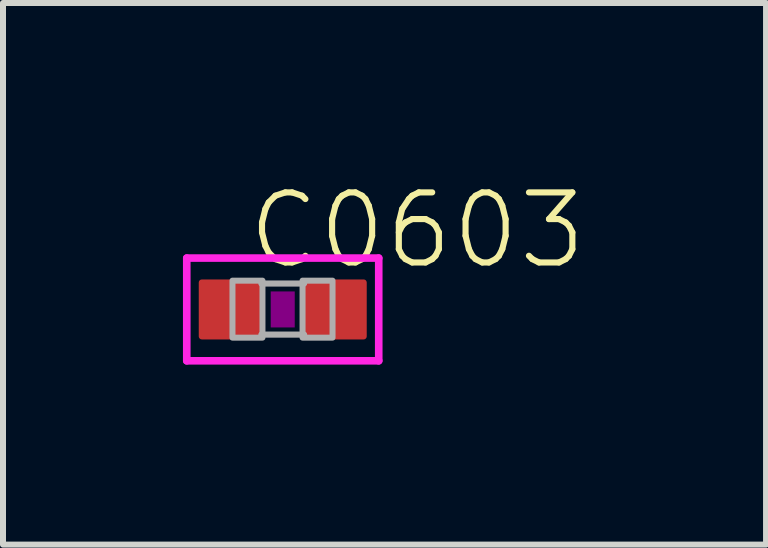
<source format=kicad_pcb>
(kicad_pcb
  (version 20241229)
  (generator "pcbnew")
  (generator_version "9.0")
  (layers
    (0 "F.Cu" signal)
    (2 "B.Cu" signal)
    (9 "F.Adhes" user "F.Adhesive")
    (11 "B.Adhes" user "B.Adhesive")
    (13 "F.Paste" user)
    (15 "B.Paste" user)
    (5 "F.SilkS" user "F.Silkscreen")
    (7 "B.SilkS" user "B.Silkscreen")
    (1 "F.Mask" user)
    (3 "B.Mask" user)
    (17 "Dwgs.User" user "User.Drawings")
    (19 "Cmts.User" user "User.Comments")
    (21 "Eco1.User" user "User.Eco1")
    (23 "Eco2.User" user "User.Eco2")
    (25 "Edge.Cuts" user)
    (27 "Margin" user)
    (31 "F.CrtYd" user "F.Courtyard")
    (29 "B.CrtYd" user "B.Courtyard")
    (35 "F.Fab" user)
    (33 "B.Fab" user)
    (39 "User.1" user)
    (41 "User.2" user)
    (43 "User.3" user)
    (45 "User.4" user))
  (footprint "C0603"
    (layer "F.Cu")
    (at 1.663 2.108)
    (property "Reference" "C0603" (at -0.635 -0.635 0) (layer "F.SilkS") (effects (font (size 1.168 1.168) (thickness 0.102)) (justify left bottom)))
    (fp_poly (pts (xy -0.2 0.3) (xy 0.2 0.3) (xy 0.2 -0.3) (xy -0.2 -0.3)) (stroke (width 0) (type solid)) (fill yes) (layer "F.Adhes"))
    (fp_line (start -1.6 -0.856) (end 1.6 -0.856) (stroke (width 0.127) (type solid)) (layer "F.CrtYd"))
    (fp_line (start -1.6 0.856) (end -1.6 -0.856) (stroke (width 0.127) (type solid)) (layer "F.CrtYd"))
    (fp_line (start 1.6 -0.856) (end 1.6 0.856) (stroke (width 0.127) (type solid)) (layer "F.CrtYd"))
    (fp_line (start 1.6 0.856) (end -1.6 0.856) (stroke (width 0.127) (type solid)) (layer "F.CrtYd"))
    (fp_line (start -0.356 -0.432) (end 0.356 -0.432) (stroke (width 0.102) (type solid)) (layer "F.Fab"))
    (fp_line (start -0.356 0.419) (end 0.356 0.419) (stroke (width 0.102) (type solid)) (layer "F.Fab"))
    (fp_poly (pts (xy -0.838 0.47) (xy -0.338 0.47) (xy -0.338 -0.48) (xy -0.838 -0.48)) (stroke (width 0.1) (type solid)) (fill no) (layer "F.Fab"))
    (fp_poly (pts (xy 0.33 0.47) (xy 0.83 0.47) (xy 0.83 -0.48) (xy 0.33 -0.48)) (stroke (width 0.1) (type solid)) (fill no) (layer "F.Fab"))
    (pad "1" smd roundrect (at -0.85 0) (size 1.1 1) (layers "F.Cu" "F.Mask" "F.Paste") (roundrect_rratio 0.051))
    (pad "2" smd roundrect (at 0.85 0) (size 1.1 1) (layers "F.Cu" "F.Mask" "F.Paste") (roundrect_rratio 0.051)))
  (gr_rect
    (start -3 -3)
    (end 9.719 6.028)
    (stroke (width 0.1) (type default))
    (fill no)
    (layer "Edge.Cuts")))
</source>
